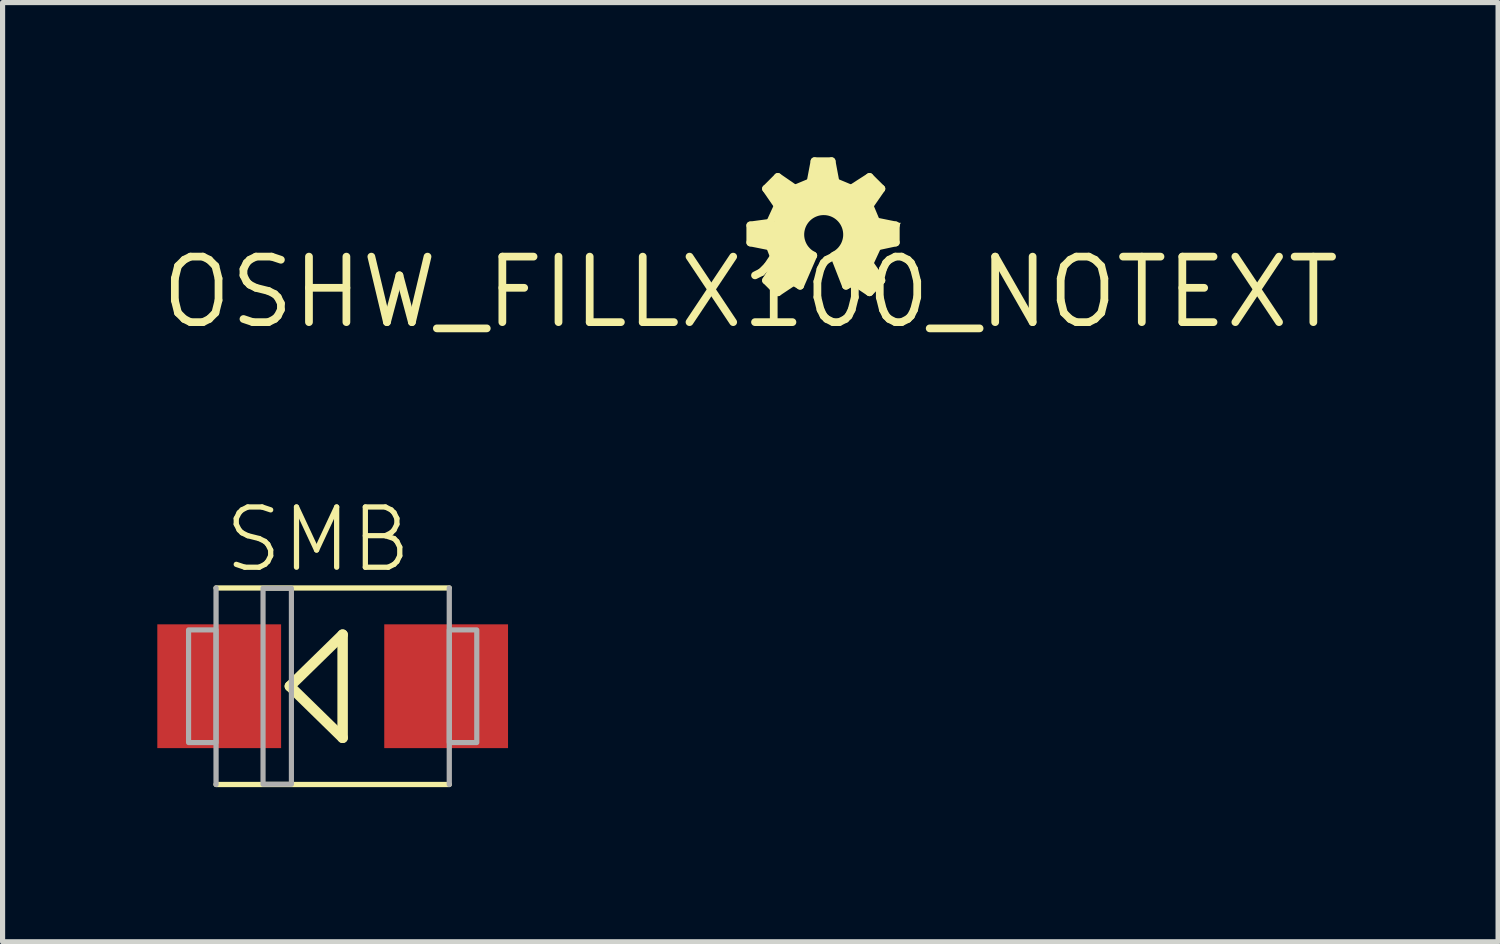
<source format=kicad_pcb>
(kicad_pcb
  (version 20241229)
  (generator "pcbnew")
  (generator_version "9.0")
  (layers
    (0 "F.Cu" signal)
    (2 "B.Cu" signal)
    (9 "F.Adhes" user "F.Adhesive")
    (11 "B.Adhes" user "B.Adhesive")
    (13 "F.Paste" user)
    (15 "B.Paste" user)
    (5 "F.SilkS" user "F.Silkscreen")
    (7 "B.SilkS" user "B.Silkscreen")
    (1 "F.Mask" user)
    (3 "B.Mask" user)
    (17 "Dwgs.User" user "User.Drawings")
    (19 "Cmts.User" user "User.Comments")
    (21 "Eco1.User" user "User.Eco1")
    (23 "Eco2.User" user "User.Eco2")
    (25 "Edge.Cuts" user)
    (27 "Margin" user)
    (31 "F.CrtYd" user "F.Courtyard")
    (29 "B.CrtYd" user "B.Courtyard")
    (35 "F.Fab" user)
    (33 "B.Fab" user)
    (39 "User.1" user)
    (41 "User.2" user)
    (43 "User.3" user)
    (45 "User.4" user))
  (footprint "OSHW_FILLX100_NOTEXT"
    (layer "F.Cu")
    (at 11.498 2.616)
    (property "Reference" "OSHW_FILLX100_NOTEXT" (at 0 0 0) (layer "F.SilkS") (effects (font (size 1.27 1.27) (thickness 0.15))))
    (fp_line (start 0 -1.295) (end 0.381 -1.346) (stroke (width 0.152) (type solid)) (layer "F.SilkS"))
    (fp_line (start 0 -0.965) (end 0 -1.295) (stroke (width 0.152) (type solid)) (layer "F.SilkS"))
    (fp_line (start 0.305 -2.007) (end 0.533 -2.235) (stroke (width 0.152) (type solid)) (layer "F.SilkS"))
    (fp_line (start 0.305 -0.229) (end 0.508 -0.559) (stroke (width 0.152) (type solid)) (layer "F.SilkS"))
    (fp_line (start 0.381 -1.346) (end 0.533 -1.676) (stroke (width 0.152) (type solid)) (layer "F.SilkS"))
    (fp_line (start 0.381 -0.889) (end 0 -0.965) (stroke (width 0.152) (type solid)) (layer "F.SilkS"))
    (fp_line (start 0.508 -0.559) (end 0.381 -0.889) (stroke (width 0.152) (type solid)) (layer "F.SilkS"))
    (fp_line (start 0.533 -2.235) (end 0.864 -2.007) (stroke (width 0.152) (type solid)) (layer "F.SilkS"))
    (fp_line (start 0.533 -1.676) (end 0.305 -2.007) (stroke (width 0.152) (type solid)) (layer "F.SilkS"))
    (fp_line (start 0.533 0) (end 0.305 -0.229) (stroke (width 0.152) (type solid)) (layer "F.SilkS"))
    (fp_line (start 0.838 -0.203) (end 0.533 0) (stroke (width 0.152) (type solid)) (layer "F.SilkS"))
    (fp_line (start 0.864 -2.007) (end 1.168 -2.134) (stroke (width 0.152) (type solid)) (layer "F.SilkS"))
    (fp_line (start 0.965 -0.127) (end 0.838 -0.203) (stroke (width 0.152) (type solid)) (layer "F.SilkS"))
    (fp_line (start 1.168 -2.134) (end 1.245 -2.54) (stroke (width 0.152) (type solid)) (layer "F.SilkS"))
    (fp_line (start 1.219 -0.711) (end 0.965 -0.127) (stroke (width 0.152) (type solid)) (layer "F.SilkS"))
    (fp_line (start 1.245 -2.54) (end 1.575 -2.54) (stroke (width 0.152) (type solid)) (layer "F.SilkS"))
    (fp_line (start 1.575 -2.54) (end 1.651 -2.134) (stroke (width 0.152) (type solid)) (layer "F.SilkS"))
    (fp_line (start 1.651 -2.134) (end 1.956 -2.007) (stroke (width 0.152) (type solid)) (layer "F.SilkS"))
    (fp_line (start 1.854 -0.127) (end 1.626 -0.711) (stroke (width 0.152) (type solid)) (layer "F.SilkS"))
    (fp_line (start 1.956 -2.007) (end 2.311 -2.235) (stroke (width 0.152) (type solid)) (layer "F.SilkS"))
    (fp_line (start 2.007 -0.203) (end 1.854 -0.127) (stroke (width 0.152) (type solid)) (layer "F.SilkS"))
    (fp_line (start 2.311 -2.235) (end 2.54 -2.007) (stroke (width 0.152) (type solid)) (layer "F.SilkS"))
    (fp_line (start 2.311 -1.676) (end 2.438 -1.372) (stroke (width 0.152) (type solid)) (layer "F.SilkS"))
    (fp_line (start 2.311 -0.559) (end 2.54 -0.229) (stroke (width 0.152) (type solid)) (layer "F.SilkS"))
    (fp_line (start 2.311 0) (end 2.007 -0.203) (stroke (width 0.152) (type solid)) (layer "F.SilkS"))
    (fp_line (start 2.438 -1.372) (end 2.819 -1.295) (stroke (width 0.152) (type solid)) (layer "F.SilkS"))
    (fp_line (start 2.464 -0.889) (end 2.311 -0.559) (stroke (width 0.152) (type solid)) (layer "F.SilkS"))
    (fp_line (start 2.54 -2.007) (end 2.311 -1.676) (stroke (width 0.152) (type solid)) (layer "F.SilkS"))
    (fp_line (start 2.54 -0.229) (end 2.311 0) (stroke (width 0.152) (type solid)) (layer "F.SilkS"))
    (fp_line (start 2.819 -1.295) (end 2.819 -0.965) (stroke (width 0.152) (type solid)) (layer "F.SilkS"))
    (fp_line (start 2.819 -0.965) (end 2.464 -0.889) (stroke (width 0.152) (type solid)) (layer "F.SilkS"))
    (fp_arc (start 1.2192 -0.7112) (mid 1.4224 -1.571969) (end 1.6256 -0.7112) (stroke (width 0.1524) (type solid)) (layer "F.SilkS"))
    (fp_poly (pts (xy 1.711 -2.092) (xy 2.011 -1.992) (xy 2.286 -2.267) (xy 2.5 -2.053) (xy 2.366 -1.651) (xy 2.468 -1.346) (xy 2.917 -1.346) (xy 2.721 -0.954) (xy 2.362 -0.834) (xy 2.362 -0.526) (xy 2.506 -0.239) (xy 2.301 -0.034) (xy 2.014 -0.178) (xy 1.85 -0.178) (xy 1.696 -0.641) (xy 1.944 -1.138) (xy 1.729 -1.46) (xy 1.397 -1.571) (xy 1.076 -1.464) (xy 0.969 -1.143) (xy 1.083 -0.803) (xy 1.241 -0.645) (xy 0.938 -0.19) (xy 0.487 -0.04) (xy 0.283 -0.244) (xy 0.543 -0.635) (xy 0.34 -0.94) (xy 0.051 -0.94) (xy 0.051 -1.346) (xy 0.453 -1.346) (xy 0.551 -1.64) (xy 0.283 -2.042) (xy 0.498 -2.257) (xy 0.889 -1.997) (xy 1.194 -2.2) (xy 1.194 -2.489) (xy 1.579 -2.489)) (stroke (width 0) (type default)) (fill yes) (layer "F.SilkS")))
  (footprint "SMB"
    (layer "F.Cu")
    (at 3.4 10.255)
    (property "Reference" "SMB" (at -2.159 -2.159 0) (unlocked yes) (layer "F.SilkS") (effects (font (size 1.168 1.168) (thickness 0.102)) (justify left bottom)))
    (fp_line (start -2.261 -1.905) (end 2.261 -1.905) (stroke (width 0.102) (type solid)) (layer "F.SilkS"))
    (fp_line (start -2.261 1.905) (end 2.261 1.905) (stroke (width 0.102) (type solid)) (layer "F.SilkS"))
    (fp_line (start -0.83 0) (end 0.193 1) (stroke (width 0.203) (type solid)) (layer "F.SilkS"))
    (fp_line (start 0.193 -1) (end -0.83 0) (stroke (width 0.203) (type solid)) (layer "F.SilkS"))
    (fp_line (start 0.193 1) (end 0.193 -1) (stroke (width 0.203) (type solid)) (layer "F.SilkS"))
    (fp_line (start -2.261 1.905) (end -2.261 -1.905) (stroke (width 0.102) (type solid)) (layer "F.Fab"))
    (fp_line (start 2.261 1.905) (end 2.261 -1.905) (stroke (width 0.102) (type solid)) (layer "F.Fab"))
    (fp_poly (pts (xy -2.794 1.092) (xy -2.261 1.092) (xy -2.261 -1.092) (xy -2.794 -1.092)) (stroke (width 0.1) (type default)) (fill no) (layer "F.Fab"))
    (fp_poly (pts (xy -1.35 1.9) (xy -0.8 1.9) (xy -0.8 -1.9) (xy -1.35 -1.9)) (stroke (width 0.1) (type default)) (fill no) (layer "F.Fab"))
    (fp_poly (pts (xy 2.261 1.092) (xy 2.794 1.092) (xy 2.794 -1.092) (xy 2.261 -1.092)) (stroke (width 0.1) (type default)) (fill no) (layer "F.Fab"))
    (pad "A" smd rect (at 2.2 0) (size 2.4 2.4) (layers "F.Cu" "F.Mask" "F.Paste"))
    (pad "C" smd rect (at -2.2 0) (size 2.4 2.4) (layers "F.Cu" "F.Mask" "F.Paste")))
  (gr_rect
    (start -3 -3)
    (end 25.996 15.21)
    (stroke (width 0.1) (type default))
    (fill no)
    (layer "Edge.Cuts")))
</source>
